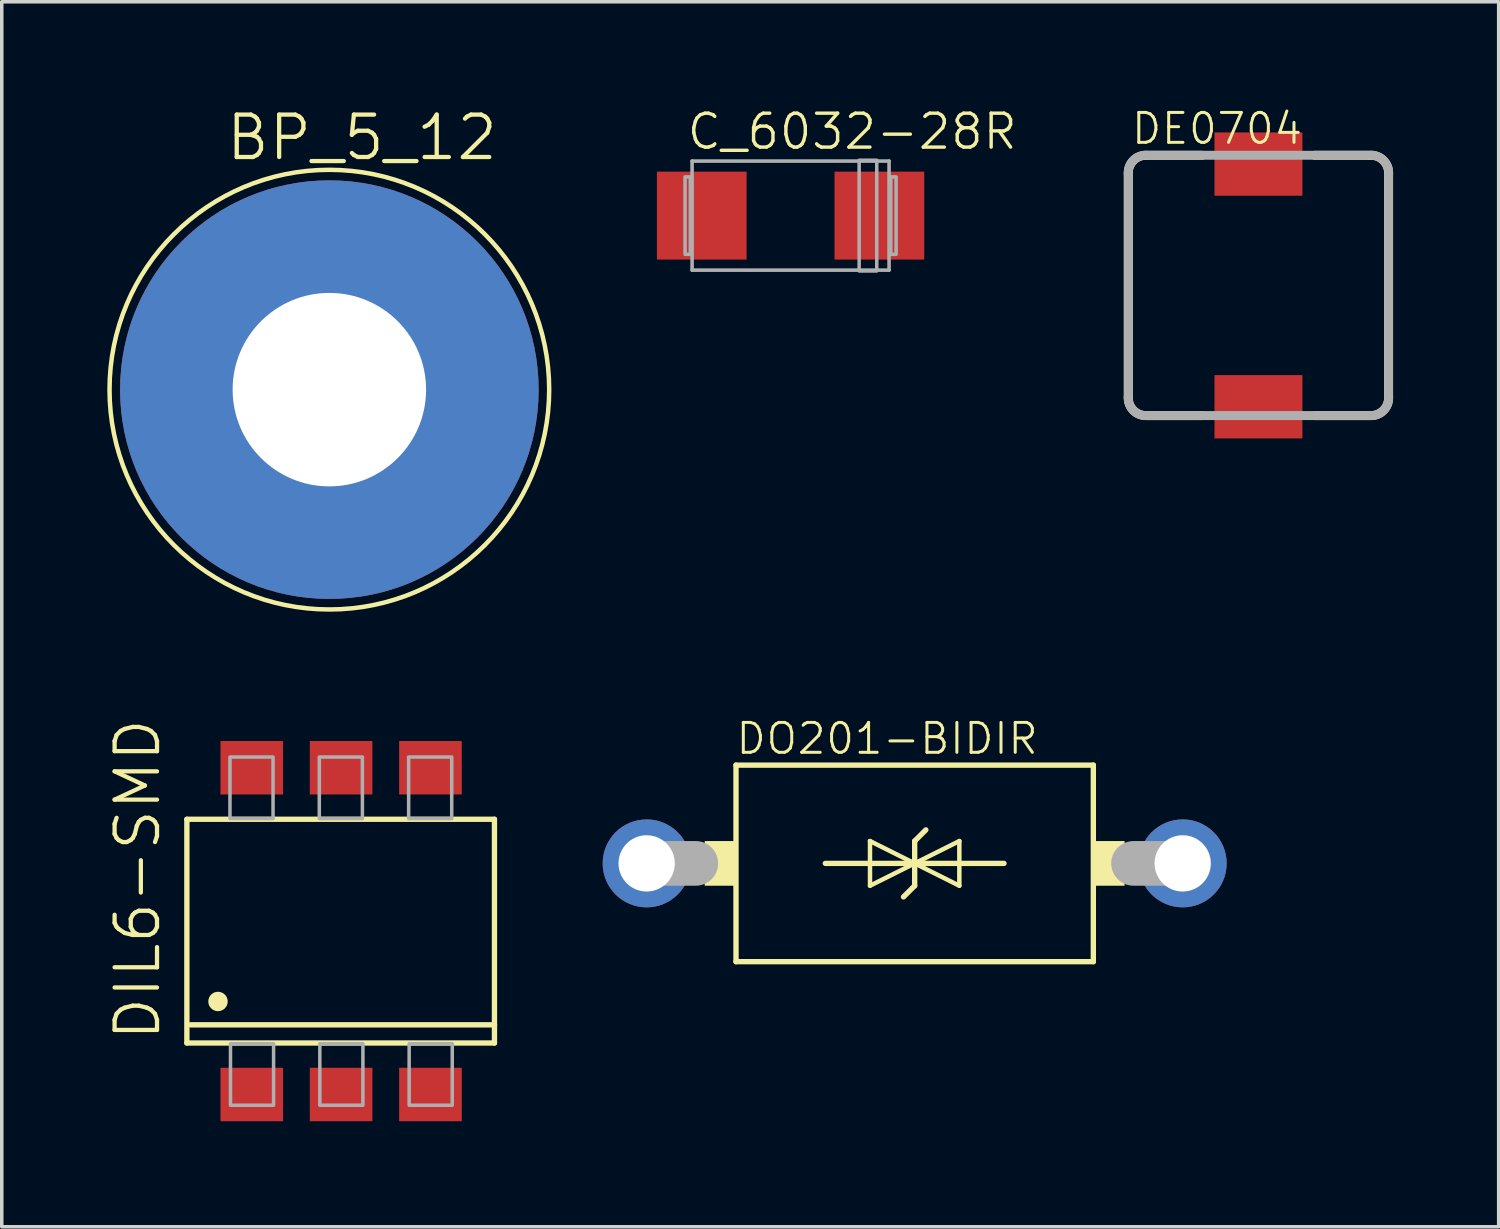
<source format=kicad_pcb>
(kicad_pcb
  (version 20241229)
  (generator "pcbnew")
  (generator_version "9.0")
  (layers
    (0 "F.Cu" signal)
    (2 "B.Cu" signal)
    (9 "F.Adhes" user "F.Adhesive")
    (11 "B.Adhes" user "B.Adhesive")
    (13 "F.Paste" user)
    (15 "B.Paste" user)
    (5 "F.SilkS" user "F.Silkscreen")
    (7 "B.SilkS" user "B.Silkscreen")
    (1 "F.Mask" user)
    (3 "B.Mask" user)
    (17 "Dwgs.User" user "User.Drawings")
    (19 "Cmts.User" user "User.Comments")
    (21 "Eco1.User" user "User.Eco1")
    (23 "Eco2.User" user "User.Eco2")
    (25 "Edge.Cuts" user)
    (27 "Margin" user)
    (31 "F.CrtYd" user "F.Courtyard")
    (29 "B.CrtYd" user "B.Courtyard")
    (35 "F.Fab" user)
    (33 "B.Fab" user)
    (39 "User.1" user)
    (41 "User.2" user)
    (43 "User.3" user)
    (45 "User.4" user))
  (footprint "BP_5_12"
    (layer "F.Cu")
    (at 6.314 8.028)
    (property "Reference" "BP_5_12" (at -3 -6.46 0) (layer "F.SilkS") (effects (font (size 1.206 1.206) (thickness 0.121)) (justify left bottom)))
    (attr through_hole)
    (fp_circle (center 0 0) (end 6.25 0) (stroke (width 0.127) (type solid)) (fill no) (layer "F.SilkS"))
    (pad "P$1" thru_hole circle (at 0 0) (size 11.9 11.9) (drill 5.5) (layers "*.Cu" "*.Mask")))
  (footprint "DE0704"
    (layer "F.Cu")
    (at 32.729 5.065)
    (property "Reference" "DE0704" (at -3.66 -3.96 180) (layer "F.SilkS") (effects (font (size 0.85 0.85) (thickness 0.085)) (justify left bottom)))
    (attr through_hole)
    (fp_line (start -3.7 3.2) (end -3.7 -3.2) (stroke (width 0.254) (type solid)) (layer "F.SilkS"))
    (fp_line (start -3.2 -3.7) (end -1.6 -3.7) (stroke (width 0.254) (type solid)) (layer "F.SilkS"))
    (fp_line (start -1.6 3.7) (end -3.2 3.7) (stroke (width 0.254) (type solid)) (layer "F.SilkS"))
    (fp_line (start 1.6 -3.7) (end 3.2 -3.7) (stroke (width 0.254) (type solid)) (layer "F.SilkS"))
    (fp_line (start 3.2 3.7) (end 1.6 3.7) (stroke (width 0.254) (type solid)) (layer "F.SilkS"))
    (fp_line (start 3.7 -3.2) (end 3.7 3.2) (stroke (width 0.254) (type solid)) (layer "F.SilkS"))
    (fp_arc (start -3.7 -3.2) (mid -3.553553 -3.553553) (end -3.2 -3.7) (stroke (width 0.254) (type solid)) (layer "F.SilkS"))
    (fp_arc (start -3.2 3.7) (mid -3.553553 3.553553) (end -3.7 3.2) (stroke (width 0.254) (type solid)) (layer "F.SilkS"))
    (fp_arc (start 3.2 -3.7) (mid 3.553553 -3.553553) (end 3.7 -3.2) (stroke (width 0.254) (type solid)) (layer "F.SilkS"))
    (fp_arc (start 3.7 3.2) (mid 3.553553 3.553553) (end 3.2 3.7) (stroke (width 0.254) (type solid)) (layer "F.SilkS"))
    (fp_line (start -3.7 -3.15) (end -3.7 3.15) (stroke (width 0.254) (type solid)) (layer "F.Fab"))
    (fp_line (start -3.25 3.7) (end 3.25 3.7) (stroke (width 0.254) (type solid)) (layer "F.Fab"))
    (fp_line (start 3.25 -3.7) (end -3.25 -3.7) (stroke (width 0.254) (type solid)) (layer "F.Fab"))
    (fp_line (start 3.7 3.15) (end 3.7 -3.15) (stroke (width 0.254) (type solid)) (layer "F.Fab"))
    (fp_arc (start -3.7 -3.15) (mid -3.588909 -3.518198) (end -3.25 -3.7) (stroke (width 0.254) (type solid)) (layer "F.Fab"))
    (fp_arc (start -3.25 3.7) (mid -3.588909 3.518198) (end -3.7 3.15) (stroke (width 0.254) (type solid)) (layer "F.Fab"))
    (fp_arc (start 3.25 -3.7) (mid 3.588909 -3.518198) (end 3.7 -3.15) (stroke (width 0.254) (type solid)) (layer "F.Fab"))
    (fp_arc (start 3.7 3.15) (mid 3.588909 3.518198) (end 3.25 3.7) (stroke (width 0.254) (type solid)) (layer "F.Fab"))
    (pad "1" smd rect (at 0 -3.45) (size 2.5 1.8) (layers "F.Cu" "F.Mask" "F.Paste"))
    (pad "2" smd rect (at 0 3.45) (size 2.5 1.8) (layers "F.Cu" "F.Mask" "F.Paste")))
  (footprint "C_6032-28R"
    (layer "F.Cu")
    (at 19.427 3.08)
    (property "Reference" "C_6032-28R" (at -3 -1.825 0) (layer "F.SilkS") (effects (font (size 0.965 0.965) (thickness 0.097)) (justify left bottom)))
    (attr through_hole)
    (fp_line (start -2.8 -1.55) (end 2.8 -1.55) (stroke (width 0.102) (type solid)) (layer "F.Fab"))
    (fp_line (start -2.8 1.55) (end -2.8 -1.55) (stroke (width 0.102) (type solid)) (layer "F.Fab"))
    (fp_line (start 2.8 -1.55) (end 2.8 1.55) (stroke (width 0.102) (type solid)) (layer "F.Fab"))
    (fp_line (start 2.8 1.55) (end -2.8 1.55) (stroke (width 0.102) (type solid)) (layer "F.Fab"))
    (fp_poly (pts (xy -3 1.1) (xy -2.85 1.1) (xy -2.85 -1.1) (xy -3 -1.1)) (stroke (width 0.1) (type solid)) (fill no) (layer "F.Fab"))
    (fp_poly (pts (xy 1.95 1.575) (xy 2.45 1.575) (xy 2.45 -1.575) (xy 1.95 -1.575)) (stroke (width 0.1) (type solid)) (fill no) (layer "F.Fab"))
    (fp_poly (pts (xy 2.85 1.1) (xy 3 1.1) (xy 3 -1.1) (xy 2.85 -1.1)) (stroke (width 0.1) (type solid)) (fill no) (layer "F.Fab"))
    (pad "+" smd rect (at 2.525 0) (size 2.55 2.5) (layers "F.Cu" "F.Mask" "F.Paste"))
    (pad "-" smd rect (at -2.525 0) (size 2.55 2.5) (layers "F.Cu" "F.Mask" "F.Paste")))
  (footprint "DO201-BIDIR"
    (layer "F.Cu")
    (at 22.955 21.497)
    (property "Reference" "DO201-BIDIR" (at -5.13 -3.05 0) (layer "F.SilkS") (effects (font (size 0.85 0.85) (thickness 0.085)) (justify left bottom)))
    (attr through_hole)
    (fp_line (start -5.08 -2.794) (end 5.08 -2.794) (stroke (width 0.152) (type solid)) (layer "F.SilkS"))
    (fp_line (start -5.08 2.794) (end -5.08 -2.794) (stroke (width 0.152) (type solid)) (layer "F.SilkS"))
    (fp_line (start -2.54 0) (end 2.54 0) (stroke (width 0.152) (type solid)) (layer "F.SilkS"))
    (fp_line (start -1.27 -0.635) (end -1.27 0.635) (stroke (width 0.127) (type solid)) (layer "F.SilkS"))
    (fp_line (start -1.27 0.635) (end 0 0) (stroke (width 0.127) (type solid)) (layer "F.SilkS"))
    (fp_line (start 0 -0.635) (end 0.318 -0.953) (stroke (width 0.152) (type solid)) (layer "F.SilkS"))
    (fp_line (start 0 0) (end -1.27 -0.635) (stroke (width 0.127) (type solid)) (layer "F.SilkS"))
    (fp_line (start 0 0) (end 1.27 -0.635) (stroke (width 0.127) (type solid)) (layer "F.SilkS"))
    (fp_line (start 0 0.635) (end -0.318 0.953) (stroke (width 0.152) (type solid)) (layer "F.SilkS"))
    (fp_line (start 0 0.635) (end 0 -0.635) (stroke (width 0.152) (type solid)) (layer "F.SilkS"))
    (fp_line (start 1.27 -0.635) (end 1.27 0.635) (stroke (width 0.127) (type solid)) (layer "F.SilkS"))
    (fp_line (start 1.27 0.635) (end 0 0) (stroke (width 0.127) (type solid)) (layer "F.SilkS"))
    (fp_line (start 5.08 -2.794) (end 5.08 2.794) (stroke (width 0.152) (type solid)) (layer "F.SilkS"))
    (fp_line (start 5.08 2.794) (end -5.08 2.794) (stroke (width 0.152) (type solid)) (layer "F.SilkS"))
    (fp_poly (pts (xy -5.969 0.635) (xy -5.08 0.635) (xy -5.08 -0.635) (xy -5.969 -0.635)) (stroke (width 0) (type solid)) (fill yes) (layer "F.SilkS"))
    (fp_poly (pts (xy 5.08 0.635) (xy 5.969 0.635) (xy 5.969 -0.635) (xy 5.08 -0.635)) (stroke (width 0) (type solid)) (fill yes) (layer "F.SilkS"))
    (fp_line (start -7.62 0) (end -6.223 0) (stroke (width 1.27) (type solid)) (layer "F.Fab"))
    (fp_line (start 7.62 0) (end 6.223 0) (stroke (width 1.27) (type solid)) (layer "F.Fab"))
    (pad "A" thru_hole circle (at 7.62 0) (size 2.5 2.5) (drill 1.6) (layers "*.Cu" "*.Mask"))
    (pad "C" thru_hole circle (at -7.62 0) (size 2.5 2.5) (drill 1.6) (layers "*.Cu" "*.Mask")))
  (footprint "DIL6-SMD"
    (layer "F.Cu")
    (at 6.648 23.423)
    (property "Reference" "DIL6-SMD" (at -5.08 3.175 270) (layer "F.SilkS") (effects (font (size 1.206 1.206) (thickness 0.121)) (justify left bottom)))
    (attr through_hole)
    (fp_line (start -4.385 -3.18) (end 4.36 -3.18) (stroke (width 0.152) (type solid)) (layer "F.SilkS"))
    (fp_line (start -4.385 3.18) (end -4.385 -3.18) (stroke (width 0.152) (type solid)) (layer "F.SilkS"))
    (fp_line (start 4.36 -3.18) (end 4.36 2.664) (stroke (width 0.152) (type solid)) (layer "F.SilkS"))
    (fp_line (start 4.36 2.664) (end -4.285 2.664) (stroke (width 0.152) (type solid)) (layer "F.SilkS"))
    (fp_line (start 4.36 2.664) (end 4.36 3.18) (stroke (width 0.152) (type solid)) (layer "F.SilkS"))
    (fp_line (start 4.36 3.18) (end -4.385 3.18) (stroke (width 0.152) (type solid)) (layer "F.SilkS"))
    (fp_circle (center -3.5 2) (end -3.224 2) (stroke (width 0) (type solid)) (fill yes) (layer "F.SilkS"))
    (fp_poly (pts (xy -3.145 4.95) (xy -1.92 4.95) (xy -1.92 3.2) (xy -3.145 3.2)) (stroke (width 0.1) (type solid)) (fill no) (layer "F.Fab"))
    (fp_poly (pts (xy -1.935 -4.95) (xy -3.16 -4.95) (xy -3.16 -3.2) (xy -1.935 -3.2)) (stroke (width 0.1) (type solid)) (fill no) (layer "F.Fab"))
    (fp_poly (pts (xy -0.605 4.95) (xy 0.62 4.95) (xy 0.62 3.2) (xy -0.605 3.2)) (stroke (width 0.1) (type solid)) (fill no) (layer "F.Fab"))
    (fp_poly (pts (xy 0.605 -4.95) (xy -0.62 -4.95) (xy -0.62 -3.2) (xy 0.605 -3.2)) (stroke (width 0.1) (type solid)) (fill no) (layer "F.Fab"))
    (fp_poly (pts (xy 1.935 4.95) (xy 3.16 4.95) (xy 3.16 3.2) (xy 1.935 3.2)) (stroke (width 0.1) (type solid)) (fill no) (layer "F.Fab"))
    (fp_poly (pts (xy 3.145 -4.95) (xy 1.92 -4.95) (xy 1.92 -3.2) (xy 3.145 -3.2)) (stroke (width 0.1) (type solid)) (fill no) (layer "F.Fab"))
    (pad "1" smd rect (at -2.54 4.645) (size 1.78 1.52) (layers "F.Cu" "F.Mask" "F.Paste"))
    (pad "2" smd rect (at 0 4.645) (size 1.78 1.52) (layers "F.Cu" "F.Mask" "F.Paste"))
    (pad "3" smd rect (at 2.54 4.645) (size 1.78 1.52) (layers "F.Cu" "F.Mask" "F.Paste"))
    (pad "4" smd rect (at 2.54 -4.645 180) (size 1.78 1.52) (layers "F.Cu" "F.Mask" "F.Paste"))
    (pad "5" smd rect (at 0 -4.645 180) (size 1.78 1.52) (layers "F.Cu" "F.Mask" "F.Paste"))
    (pad "6" smd rect (at -2.54 -4.645 180) (size 1.78 1.52) (layers "F.Cu" "F.Mask" "F.Paste")))
  (gr_rect
    (start -3 -3)
    (end 39.559 31.828)
    (stroke (width 0.1) (type default))
    (fill no)
    (layer "Edge.Cuts")))
</source>
